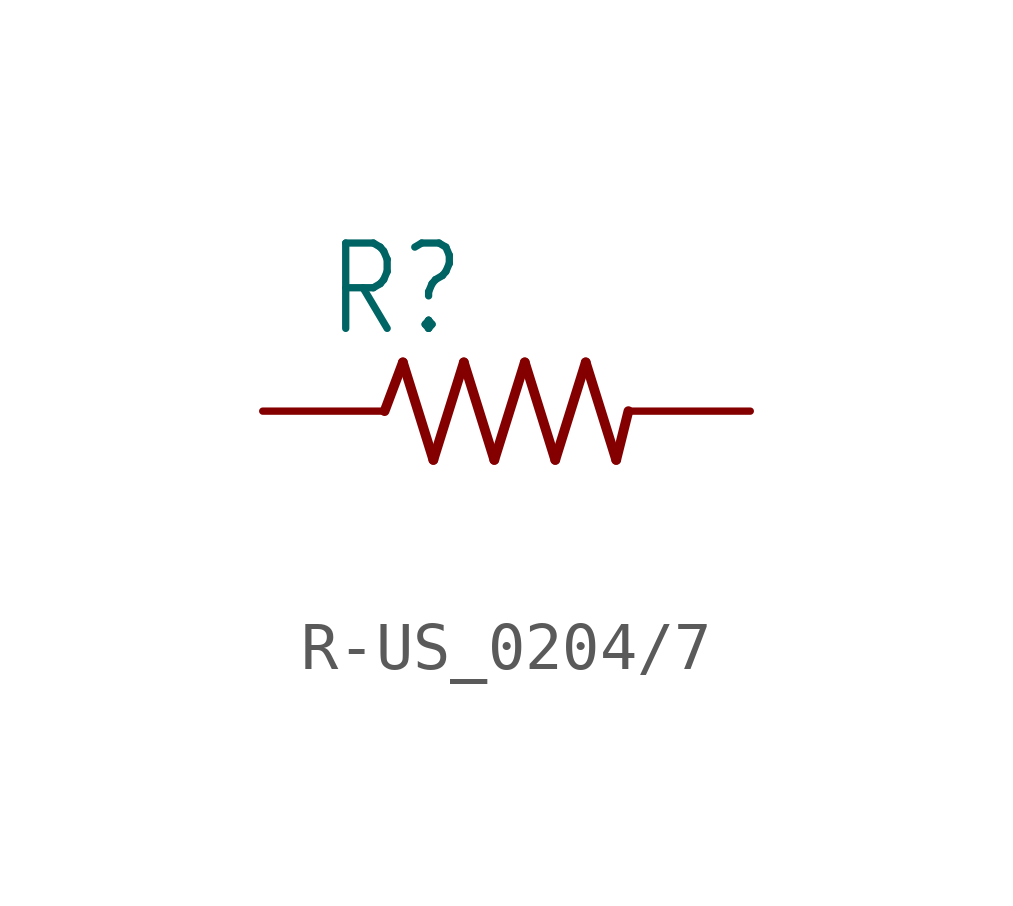
<source format=kicad_sym>
(kicad_symbol_lib
  (version 20220914)
  (generator kicad_symbol_editor)
  (symbol "R-US_0204/7"
    (property "Reference" "R"
      (at -3.81 1.499 0)
      (effects (font (size 1.778 1.511)) (justify left bottom)))
    (property "Value" ""
      (at -3.81 -3.302 0)
      (effects (font (size 1.778 1.511)) (justify left bottom)))
    (property "ki_locked" ""
      (at 0 0 0)
      (effects (font (size 1.27 1.27))))
    (symbol "R-US_0204/7_1_0"
      (polyline (pts (xy -2.54 0) (xy -2.159 1.016)) (stroke (width 0.203) (type solid)) (fill (type none)))
      (polyline (pts (xy -2.159 1.016) (xy -1.524 -1.016)) (stroke (width 0.203) (type solid)) (fill (type none)))
      (polyline (pts (xy -1.524 -1.016) (xy -0.889 1.016)) (stroke (width 0.203) (type solid)) (fill (type none)))
      (polyline (pts (xy -0.889 1.016) (xy -0.254 -1.016)) (stroke (width 0.203) (type solid)) (fill (type none)))
      (polyline (pts (xy -0.254 -1.016) (xy 0.381 1.016)) (stroke (width 0.203) (type solid)) (fill (type none)))
      (polyline (pts (xy 0.381 1.016) (xy 1.016 -1.016)) (stroke (width 0.203) (type solid)) (fill (type none)))
      (polyline (pts (xy 1.016 -1.016) (xy 1.651 1.016)) (stroke (width 0.203) (type solid)) (fill (type none)))
      (polyline (pts (xy 1.651 1.016) (xy 2.286 -1.016)) (stroke (width 0.203) (type solid)) (fill (type none)))
      (polyline (pts (xy 2.286 -1.016) (xy 2.54 0)) (stroke (width 0.203) (type solid)) (fill (type none)))
      (pin passive line (at -5.08 0 0) (length 2.54) (name "1" (effects (font (size 0 0)))) (number "1" (effects (font (size 0 0)))))
      (pin passive line (at 5.08 0 180) (length 2.54) (name "2" (effects (font (size 0 0)))) (number "2" (effects (font (size 0 0))))))))
</source>
